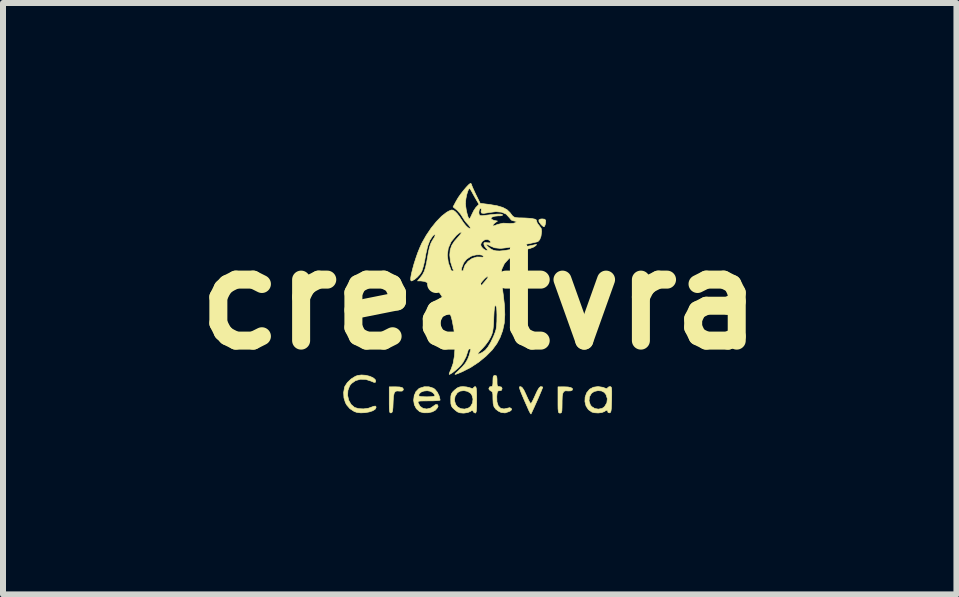
<source format=kicad_pcb>
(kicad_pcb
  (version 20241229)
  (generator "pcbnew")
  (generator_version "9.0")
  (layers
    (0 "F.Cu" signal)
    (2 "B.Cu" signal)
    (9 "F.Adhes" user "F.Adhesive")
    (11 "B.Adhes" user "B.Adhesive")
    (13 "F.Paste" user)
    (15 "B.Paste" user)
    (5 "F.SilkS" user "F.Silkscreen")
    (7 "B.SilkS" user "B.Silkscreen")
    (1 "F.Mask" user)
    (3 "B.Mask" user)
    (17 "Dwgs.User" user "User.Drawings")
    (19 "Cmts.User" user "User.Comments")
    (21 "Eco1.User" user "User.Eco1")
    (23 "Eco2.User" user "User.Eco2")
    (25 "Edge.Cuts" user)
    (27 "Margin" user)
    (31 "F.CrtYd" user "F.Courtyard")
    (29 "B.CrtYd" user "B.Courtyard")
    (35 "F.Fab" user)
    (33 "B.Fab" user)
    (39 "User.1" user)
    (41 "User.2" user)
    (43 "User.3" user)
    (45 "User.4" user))
  (footprint "creatvra"
    (layer "F.Cu")
    (at 4.942 1.935)
    (property "Reference" "creatvra" (at 0 0 0) (layer "F.SilkS") (effects (font (size 1.524 1.524) (thickness 0.3))))
    (attr through_hole)
    (fp_poly (pts (xy 1.082 -1.333) (xy 1.099 -1.314) (xy 1.098 -1.275) (xy 1.09 -1.24) (xy 1.079 -1.212) (xy 1.063 -1.208) (xy 1.036 -1.231) (xy 1.02 -1.247) (xy 0.988 -1.291) (xy 0.985 -1.321) (xy 1.014 -1.336) (xy 1.041 -1.338) (xy 1.082 -1.333)) (stroke (width 0.01) (type solid)) (fill yes) (layer "F.SilkS"))
    (fp_poly (pts (xy -1.333 1.462) (xy -1.288 1.474) (xy -1.272 1.497) (xy -1.275 1.513) (xy -1.293 1.53) (xy -1.333 1.531) (xy -1.342 1.53) (xy -1.381 1.528) (xy -1.409 1.539) (xy -1.426 1.568) (xy -1.437 1.621) (xy -1.442 1.702) (xy -1.443 1.728) (xy -1.446 1.804) (xy -1.451 1.852) (xy -1.458 1.879) (xy -1.47 1.891) (xy -1.477 1.893) (xy -1.49 1.893) (xy -1.498 1.883) (xy -1.503 1.858) (xy -1.506 1.813) (xy -1.507 1.742) (xy -1.507 1.679) (xy -1.507 1.46) (xy -1.41 1.459) (xy -1.333 1.462)) (stroke (width 0.01) (type solid)) (fill yes) (layer "F.SilkS"))
    (fp_poly (pts (xy 1.472 1.462) (xy 1.523 1.474) (xy 1.547 1.492) (xy 1.542 1.514) (xy 1.513 1.527) (xy 1.473 1.528) (xy 1.431 1.525) (xy 1.402 1.536) (xy 1.385 1.566) (xy 1.375 1.617) (xy 1.372 1.697) (xy 1.372 1.729) (xy 1.371 1.806) (xy 1.369 1.855) (xy 1.364 1.882) (xy 1.354 1.894) (xy 1.339 1.897) (xy 1.338 1.897) (xy 1.324 1.895) (xy 1.314 1.885) (xy 1.309 1.863) (xy 1.305 1.823) (xy 1.304 1.759) (xy 1.304 1.678) (xy 1.304 1.46) (xy 1.399 1.459) (xy 1.472 1.462)) (stroke (width 0.01) (type solid)) (fill yes) (layer "F.SilkS"))
    (fp_poly (pts (xy 1.045 1.461) (xy 1.05 1.466) (xy 1.043 1.485) (xy 1.026 1.527) (xy 1.001 1.586) (xy 0.971 1.656) (xy 0.939 1.728) (xy 0.908 1.797) (xy 0.881 1.855) (xy 0.862 1.896) (xy 0.854 1.912) (xy 0.844 1.902) (xy 0.826 1.869) (xy 0.814 1.844) (xy 0.793 1.795) (xy 0.762 1.726) (xy 0.729 1.65) (xy 0.715 1.617) (xy 0.688 1.552) (xy 0.669 1.5) (xy 0.661 1.467) (xy 0.663 1.459) (xy 0.686 1.457) (xy 0.71 1.475) (xy 0.736 1.514) (xy 0.768 1.581) (xy 0.779 1.606) (xy 0.807 1.667) (xy 0.831 1.713) (xy 0.848 1.737) (xy 0.852 1.739) (xy 0.865 1.723) (xy 0.887 1.682) (xy 0.914 1.625) (xy 0.927 1.595) (xy 0.961 1.522) (xy 0.988 1.478) (xy 1.01 1.458) (xy 1.019 1.456) (xy 1.045 1.461)) (stroke (width 0.01) (type solid)) (fill yes) (layer "F.SilkS"))
    (fp_poly (pts (xy -1.901 1.267) (xy -1.834 1.283) (xy -1.779 1.307) (xy -1.743 1.336) (xy -1.733 1.362) (xy -1.739 1.384) (xy -1.761 1.385) (xy -1.805 1.367) (xy -1.808 1.365) (xy -1.898 1.336) (xy -1.987 1.333) (xy -2.069 1.356) (xy -2.137 1.404) (xy -2.167 1.442) (xy -2.196 1.519) (xy -2.201 1.602) (xy -2.183 1.682) (xy -2.144 1.752) (xy -2.086 1.802) (xy -2.082 1.804) (xy -2.017 1.823) (xy -1.936 1.827) (xy -1.855 1.816) (xy -1.818 1.803) (xy -1.767 1.784) (xy -1.739 1.78) (xy -1.728 1.792) (xy -1.727 1.804) (xy -1.743 1.834) (xy -1.784 1.859) (xy -1.843 1.878) (xy -1.912 1.89) (xy -1.983 1.893) (xy -2.048 1.885) (xy -2.091 1.87) (xy -2.163 1.823) (xy -2.214 1.764) (xy -2.237 1.724) (xy -2.262 1.644) (xy -2.267 1.553) (xy -2.252 1.467) (xy -2.246 1.451) (xy -2.205 1.388) (xy -2.143 1.329) (xy -2.071 1.284) (xy -2.033 1.27) (xy -1.97 1.262) (xy -1.901 1.267)) (stroke (width 0.01) (type solid)) (fill yes) (layer "F.SilkS"))
    (fp_poly (pts (xy 0.274 1.274) (xy 0.284 1.292) (xy 0.288 1.33) (xy 0.288 1.363) (xy 0.289 1.416) (xy 0.295 1.444) (xy 0.309 1.455) (xy 0.33 1.456) (xy 0.363 1.464) (xy 0.373 1.49) (xy 0.362 1.517) (xy 0.332 1.524) (xy 0.309 1.527) (xy 0.295 1.541) (xy 0.288 1.574) (xy 0.284 1.621) (xy 0.287 1.711) (xy 0.309 1.777) (xy 0.349 1.817) (xy 0.404 1.828) (xy 0.46 1.816) (xy 0.499 1.807) (xy 0.523 1.818) (xy 0.525 1.821) (xy 0.532 1.84) (xy 0.512 1.86) (xy 0.493 1.87) (xy 0.423 1.894) (xy 0.358 1.887) (xy 0.31 1.864) (xy 0.266 1.83) (xy 0.238 1.791) (xy 0.224 1.737) (xy 0.22 1.66) (xy 0.22 1.651) (xy 0.219 1.589) (xy 0.214 1.554) (xy 0.202 1.536) (xy 0.186 1.529) (xy 0.159 1.508) (xy 0.152 1.488) (xy 0.165 1.461) (xy 0.186 1.456) (xy 0.206 1.452) (xy 0.216 1.435) (xy 0.22 1.396) (xy 0.22 1.363) (xy 0.222 1.309) (xy 0.228 1.281) (xy 0.242 1.271) (xy 0.254 1.27) (xy 0.274 1.274)) (stroke (width 0.01) (type solid)) (fill yes) (layer "F.SilkS"))
    (fp_poly (pts (xy 2.05 1.467) (xy 2.076 1.477) (xy 2.111 1.489) (xy 2.127 1.483) (xy 2.129 1.477) (xy 2.15 1.46) (xy 2.169 1.456) (xy 2.183 1.458) (xy 2.192 1.468) (xy 2.197 1.49) (xy 2.199 1.531) (xy 2.199 1.595) (xy 2.198 1.672) (xy 2.195 1.762) (xy 2.192 1.823) (xy 2.187 1.862) (xy 2.179 1.883) (xy 2.168 1.892) (xy 2.163 1.893) (xy 2.138 1.887) (xy 2.134 1.872) (xy 2.127 1.849) (xy 2.104 1.853) (xy 2.075 1.872) (xy 2.033 1.888) (xy 1.973 1.895) (xy 1.911 1.891) (xy 1.869 1.88) (xy 1.81 1.839) (xy 1.771 1.779) (xy 1.753 1.707) (xy 1.753 1.694) (xy 1.821 1.694) (xy 1.842 1.758) (xy 1.862 1.786) (xy 1.914 1.82) (xy 1.977 1.831) (xy 2.038 1.819) (xy 2.079 1.791) (xy 2.118 1.726) (xy 2.126 1.657) (xy 2.104 1.589) (xy 2.075 1.552) (xy 2.029 1.528) (xy 1.97 1.523) (xy 1.909 1.536) (xy 1.862 1.567) (xy 1.862 1.567) (xy 1.828 1.626) (xy 1.821 1.694) (xy 1.753 1.694) (xy 1.756 1.631) (xy 1.782 1.559) (xy 1.831 1.499) (xy 1.894 1.466) (xy 1.971 1.455) (xy 2.05 1.467)) (stroke (width 0.01) (type solid)) (fill yes) (layer "F.SilkS"))
    (fp_poly (pts (xy -0.065 1.462) (xy -0.058 1.483) (xy -0.054 1.524) (xy -0.051 1.589) (xy -0.051 1.676) (xy -0.051 1.769) (xy -0.054 1.833) (xy -0.058 1.872) (xy -0.066 1.892) (xy -0.074 1.897) (xy -0.1 1.883) (xy -0.108 1.87) (xy -0.119 1.853) (xy -0.137 1.857) (xy -0.156 1.87) (xy -0.198 1.887) (xy -0.256 1.896) (xy -0.275 1.897) (xy -0.331 1.892) (xy -0.373 1.876) (xy -0.419 1.839) (xy -0.419 1.839) (xy -0.455 1.804) (xy -0.473 1.774) (xy -0.481 1.736) (xy -0.482 1.685) (xy -0.421 1.685) (xy -0.402 1.751) (xy -0.369 1.794) (xy -0.316 1.823) (xy -0.251 1.83) (xy -0.189 1.813) (xy -0.153 1.787) (xy -0.12 1.729) (xy -0.112 1.662) (xy -0.13 1.598) (xy -0.151 1.567) (xy -0.202 1.535) (xy -0.265 1.522) (xy -0.327 1.531) (xy -0.372 1.557) (xy -0.411 1.618) (xy -0.421 1.685) (xy -0.482 1.685) (xy -0.483 1.676) (xy -0.481 1.617) (xy -0.473 1.579) (xy -0.454 1.549) (xy -0.419 1.514) (xy -0.372 1.477) (xy -0.329 1.46) (xy -0.28 1.456) (xy -0.222 1.461) (xy -0.17 1.473) (xy -0.159 1.477) (xy -0.124 1.489) (xy -0.109 1.483) (xy -0.106 1.477) (xy -0.085 1.458) (xy -0.075 1.456) (xy -0.065 1.462)) (stroke (width 0.01) (type solid)) (fill yes) (layer "F.SilkS"))
    (fp_poly (pts (xy -0.845 1.459) (xy -0.773 1.482) (xy -0.747 1.5) (xy -0.707 1.548) (xy -0.676 1.611) (xy -0.661 1.673) (xy -0.66 1.681) (xy -0.676 1.686) (xy -0.719 1.69) (xy -0.782 1.693) (xy -0.848 1.693) (xy -0.929 1.694) (xy -0.983 1.695) (xy -1.013 1.699) (xy -1.026 1.706) (xy -1.027 1.719) (xy -1.024 1.731) (xy -0.993 1.785) (xy -0.943 1.819) (xy -0.882 1.829) (xy -0.82 1.814) (xy -0.777 1.785) (xy -0.738 1.757) (xy -0.708 1.754) (xy -0.695 1.777) (xy -0.694 1.785) (xy -0.706 1.81) (xy -0.734 1.843) (xy -0.736 1.846) (xy -0.789 1.876) (xy -0.859 1.891) (xy -0.932 1.892) (xy -0.995 1.875) (xy -1.003 1.871) (xy -1.056 1.823) (xy -1.089 1.758) (xy -1.101 1.684) (xy -1.092 1.609) (xy -1.09 1.603) (xy -1.016 1.603) (xy -1.007 1.615) (xy -0.977 1.622) (xy -0.92 1.625) (xy -0.881 1.626) (xy -0.813 1.624) (xy -0.766 1.618) (xy -0.746 1.61) (xy -0.745 1.609) (xy -0.756 1.585) (xy -0.779 1.558) (xy -0.822 1.533) (xy -0.876 1.524) (xy -0.932 1.53) (xy -0.98 1.549) (xy -1.01 1.579) (xy -1.016 1.603) (xy -1.09 1.603) (xy -1.064 1.541) (xy -1.015 1.491) (xy -1 1.482) (xy -0.924 1.458) (xy -0.845 1.459)) (stroke (width 0.01) (type solid)) (fill yes) (layer "F.SilkS"))
    (fp_poly (pts (xy -0.137 -1.917) (xy -0.136 -1.909) (xy -0.129 -1.886) (xy -0.109 -1.84) (xy -0.081 -1.779) (xy -0.064 -1.743) (xy 0.008 -1.598) (xy 0.167 -1.578) (xy 0.29 -1.557) (xy 0.384 -1.529) (xy 0.454 -1.492) (xy 0.503 -1.445) (xy 0.509 -1.437) (xy 0.541 -1.394) (xy 0.569 -1.37) (xy 0.604 -1.359) (xy 0.657 -1.355) (xy 0.688 -1.355) (xy 0.76 -1.353) (xy 0.833 -1.348) (xy 0.87 -1.344) (xy 0.919 -1.334) (xy 0.943 -1.32) (xy 0.948 -1.299) (xy 0.96 -1.265) (xy 0.989 -1.228) (xy 0.991 -1.226) (xy 1.025 -1.178) (xy 1.031 -1.131) (xy 1.021 -1.05) (xy 0.999 -0.992) (xy 0.969 -0.96) (xy 0.96 -0.957) (xy 0.845 -0.931) (xy 0.727 -0.907) (xy 0.614 -0.886) (xy 0.51 -0.868) (xy 0.423 -0.855) (xy 0.359 -0.848) (xy 0.339 -0.847) (xy 0.248 -0.857) (xy 0.19 -0.881) (xy 0.144 -0.905) (xy 0.116 -0.913) (xy 0.112 -0.903) (xy 0.134 -0.878) (xy 0.14 -0.872) (xy 0.181 -0.84) (xy 0.222 -0.818) (xy 0.27 -0.806) (xy 0.329 -0.803) (xy 0.405 -0.81) (xy 0.504 -0.826) (xy 0.607 -0.845) (xy 0.703 -0.864) (xy 0.789 -0.881) (xy 0.858 -0.895) (xy 0.906 -0.905) (xy 0.923 -0.909) (xy 0.946 -0.913) (xy 0.942 -0.903) (xy 0.929 -0.89) (xy 0.896 -0.868) (xy 0.846 -0.849) (xy 0.828 -0.844) (xy 0.746 -0.819) (xy 0.653 -0.778) (xy 0.563 -0.729) (xy 0.489 -0.678) (xy 0.485 -0.675) (xy 0.412 -0.595) (xy 0.368 -0.501) (xy 0.356 -0.411) (xy 0.358 -0.364) (xy 0.365 -0.293) (xy 0.375 -0.205) (xy 0.387 -0.111) (xy 0.391 -0.084) (xy 0.412 0.099) (xy 0.418 0.258) (xy 0.409 0.397) (xy 0.382 0.522) (xy 0.339 0.638) (xy 0.286 0.738) (xy 0.209 0.843) (xy 0.105 0.948) (xy -0.017 1.048) (xy -0.15 1.136) (xy -0.287 1.206) (xy -0.296 1.21) (xy -0.364 1.238) (xy -0.402 1.252) (xy -0.413 1.249) (xy -0.398 1.23) (xy -0.359 1.194) (xy -0.348 1.183) (xy -0.288 1.124) (xy -0.24 1.067) (xy -0.203 1.004) (xy -0.175 0.933) (xy -0.17 0.916) (xy -0.03 0.916) (xy -0.007 0.91) (xy 0.042 0.886) (xy 0.045 0.884) (xy 0.092 0.85) (xy 0.137 0.796) (xy 0.183 0.719) (xy 0.231 0.618) (xy 0.256 0.555) (xy 0.273 0.501) (xy 0.281 0.442) (xy 0.286 0.366) (xy 0.286 0.334) (xy 0.287 0.259) (xy 0.285 0.194) (xy 0.282 0.148) (xy 0.279 0.135) (xy 0.266 0.105) (xy 0.255 0.107) (xy 0.246 0.141) (xy 0.239 0.209) (xy 0.234 0.309) (xy 0.234 0.318) (xy 0.23 0.412) (xy 0.224 0.481) (xy 0.216 0.534) (xy 0.204 0.579) (xy 0.185 0.624) (xy 0.182 0.631) (xy 0.145 0.696) (xy 0.094 0.765) (xy 0.052 0.813) (xy -0.001 0.868) (xy -0.028 0.902) (xy -0.03 0.916) (xy -0.17 0.916) (xy -0.153 0.848) (xy -0.138 0.744) (xy -0.127 0.616) (xy -0.119 0.459) (xy -0.119 0.449) (xy -0.11 0.286) (xy -0.099 0.152) (xy -0.083 0.042) (xy -0.061 -0.049) (xy -0.032 -0.126) (xy 0.006 -0.194) (xy 0.053 -0.258) (xy 0.087 -0.297) (xy 0.12 -0.337) (xy 0.138 -0.367) (xy 0.138 -0.379) (xy 0.118 -0.374) (xy 0.084 -0.346) (xy 0.044 -0.302) (xy 0.001 -0.248) (xy -0.037 -0.191) (xy -0.06 -0.151) (xy -0.103 -0.037) (xy -0.133 0.105) (xy -0.149 0.278) (xy -0.152 0.401) (xy -0.157 0.58) (xy -0.17 0.73) (xy -0.194 0.855) (xy -0.229 0.959) (xy -0.275 1.047) (xy -0.314 1.099) (xy -0.351 1.137) (xy -0.397 1.178) (xy -0.444 1.216) (xy -0.484 1.243) (xy -0.508 1.253) (xy -0.508 1.24) (xy -0.495 1.205) (xy -0.479 1.171) (xy -0.444 1.073) (xy -0.422 0.95) (xy -0.412 0.81) (xy -0.414 0.66) (xy -0.43 0.507) (xy -0.458 0.357) (xy -0.474 0.297) (xy -0.526 0.147) (xy -0.591 0.013) (xy -0.665 -0.101) (xy -0.746 -0.193) (xy -0.832 -0.26) (xy -0.921 -0.297) (xy -0.981 -0.305) (xy -1.036 -0.305) (xy -0.99 -0.36) (xy -0.953 -0.409) (xy -0.925 -0.463) (xy -0.903 -0.529) (xy -0.884 -0.615) (xy -0.872 -0.683) (xy -0.863 -0.734) (xy -0.54 -0.734) (xy -0.523 -0.608) (xy -0.473 -0.473) (xy -0.391 -0.329) (xy -0.36 -0.284) (xy -0.327 -0.24) (xy -0.301 -0.211) (xy -0.289 -0.203) (xy -0.284 -0.219) (xy -0.28 -0.261) (xy -0.278 -0.321) (xy -0.278 -0.351) (xy -0.277 -0.434) (xy -0.271 -0.493) (xy -0.257 -0.539) (xy -0.245 -0.567) (xy -0.194 -0.633) (xy -0.125 -0.68) (xy -0.048 -0.704) (xy 0.006 -0.703) (xy 0.049 -0.7) (xy 0.064 -0.707) (xy 0.064 -0.715) (xy 0.042 -0.734) (xy -0.003 -0.741) (xy -0.059 -0.739) (xy -0.117 -0.726) (xy -0.15 -0.713) (xy -0.219 -0.667) (xy -0.267 -0.607) (xy -0.299 -0.527) (xy -0.318 -0.422) (xy -0.32 -0.406) (xy -0.33 -0.296) (xy -0.382 -0.381) (xy -0.45 -0.509) (xy -0.488 -0.629) (xy -0.499 -0.737) (xy -0.492 -0.82) (xy -0.468 -0.892) (xy -0.462 -0.902) (xy 0.017 -0.902) (xy 0.03 -0.871) (xy 0.062 -0.838) (xy 0.098 -0.816) (xy 0.113 -0.813) (xy 0.129 -0.816) (xy 0.123 -0.832) (xy 0.105 -0.852) (xy 0.078 -0.889) (xy 0.068 -0.922) (xy 0.073 -0.941) (xy 0.095 -0.946) (xy 0.127 -0.941) (xy 0.171 -0.938) (xy 0.185 -0.949) (xy 0.169 -0.975) (xy 0.166 -0.979) (xy 0.128 -0.997) (xy 0.084 -0.99) (xy 0.044 -0.964) (xy 0.02 -0.925) (xy 0.017 -0.902) (xy -0.462 -0.902) (xy -0.424 -0.963) (xy -0.359 -1.037) (xy -0.319 -1.084) (xy -0.304 -1.111) (xy -0.314 -1.118) (xy -0.343 -1.102) (xy -0.39 -1.063) (xy -0.395 -1.057) (xy -0.476 -0.959) (xy -0.524 -0.851) (xy -0.54 -0.734) (xy -0.863 -0.734) (xy -0.854 -0.788) (xy -0.836 -0.867) (xy -0.816 -0.927) (xy -0.791 -0.976) (xy -0.768 -1.011) (xy -0.747 -1.048) (xy -0.743 -1.072) (xy -0.755 -1.077) (xy -0.782 -1.056) (xy -0.783 -1.054) (xy -0.83 -0.983) (xy -0.867 -0.885) (xy -0.897 -0.757) (xy -0.905 -0.711) (xy -0.92 -0.628) (xy -0.939 -0.55) (xy -0.958 -0.487) (xy -0.968 -0.461) (xy -0.998 -0.414) (xy -1.041 -0.367) (xy -1.087 -0.329) (xy -1.128 -0.307) (xy -1.141 -0.305) (xy -1.15 -0.32) (xy -1.149 -0.361) (xy -1.138 -0.423) (xy -1.119 -0.5) (xy -1.095 -0.588) (xy -1.065 -0.681) (xy -1.033 -0.773) (xy -0.998 -0.859) (xy -0.965 -0.933) (xy -0.892 -1.062) (xy -0.81 -1.184) (xy -0.723 -1.292) (xy -0.636 -1.382) (xy -0.553 -1.447) (xy -0.512 -1.47) (xy -0.473 -1.486) (xy -0.445 -1.484) (xy -0.412 -1.463) (xy -0.411 -1.462) (xy -0.377 -1.428) (xy -0.338 -1.377) (xy -0.309 -1.333) (xy -0.271 -1.276) (xy -0.232 -1.227) (xy -0.196 -1.193) (xy -0.169 -1.178) (xy -0.156 -1.184) (xy -0.163 -1.207) (xy -0.189 -1.239) (xy -0.199 -1.25) (xy -0.24 -1.296) (xy -0.277 -1.352) (xy -0.285 -1.366) (xy -0.322 -1.423) (xy -0.37 -1.476) (xy -0.382 -1.487) (xy -0.444 -1.538) (xy -0.411 -1.6) (xy -0.237 -1.6) (xy -0.233 -1.546) (xy -0.224 -1.484) (xy -0.21 -1.423) (xy -0.195 -1.373) (xy -0.18 -1.343) (xy -0.173 -1.338) (xy -0.16 -1.352) (xy -0.141 -1.389) (xy -0.128 -1.418) (xy -0.114 -1.446) (xy -0.015 -1.446) (xy -0.01 -1.413) (xy -0.01 -1.412) (xy 0.004 -1.395) (xy 0.036 -1.391) (xy 0.072 -1.395) (xy 0.196 -1.41) (xy 0.288 -1.418) (xy 0.348 -1.418) (xy 0.377 -1.41) (xy 0.38 -1.408) (xy 0.375 -1.395) (xy 0.339 -1.389) (xy 0.309 -1.389) (xy 0.249 -1.383) (xy 0.207 -1.369) (xy 0.188 -1.351) (xy 0.195 -1.332) (xy 0.231 -1.316) (xy 0.241 -1.313) (xy 0.296 -1.302) (xy 0.258 -1.275) (xy 0.23 -1.251) (xy 0.22 -1.234) (xy 0.222 -1.223) (xy 0.233 -1.221) (xy 0.26 -1.231) (xy 0.298 -1.246) (xy 0.389 -1.267) (xy 0.44 -1.265) (xy 0.505 -1.261) (xy 0.561 -1.265) (xy 0.598 -1.276) (xy 0.61 -1.289) (xy 0.595 -1.3) (xy 0.569 -1.304) (xy 0.528 -1.318) (xy 0.492 -1.361) (xy 0.44 -1.418) (xy 0.366 -1.45) (xy 0.27 -1.459) (xy 0.151 -1.444) (xy 0.129 -1.44) (xy 0.066 -1.43) (xy 0.032 -1.435) (xy 0.022 -1.456) (xy 0.025 -1.473) (xy 0.026 -1.504) (xy 0.018 -1.515) (xy 0.003 -1.51) (xy -0.009 -1.483) (xy -0.015 -1.446) (xy -0.114 -1.446) (xy -0.1 -1.475) (xy -0.067 -1.525) (xy -0.053 -1.54) (xy -0.012 -1.582) (xy -0.048 -1.642) (xy -0.08 -1.697) (xy -0.114 -1.758) (xy -0.122 -1.774) (xy -0.146 -1.816) (xy -0.165 -1.842) (xy -0.171 -1.846) (xy -0.186 -1.83) (xy -0.202 -1.791) (xy -0.218 -1.736) (xy -0.23 -1.675) (xy -0.237 -1.617) (xy -0.237 -1.6) (xy -0.411 -1.6) (xy -0.39 -1.639) (xy -0.358 -1.693) (xy -0.316 -1.753) (xy -0.269 -1.813) (xy -0.224 -1.866) (xy -0.185 -1.907) (xy -0.157 -1.929) (xy -0.151 -1.93) (xy -0.137 -1.917)) (stroke (width 0.01) (type solid)) (fill yes) (layer "F.SilkS")))
  (gr_rect
    (start -3 -3)
    (end 12.884 6.852)
    (stroke (width 0.1) (type default))
    (fill no)
    (layer "Edge.Cuts")))
</source>
